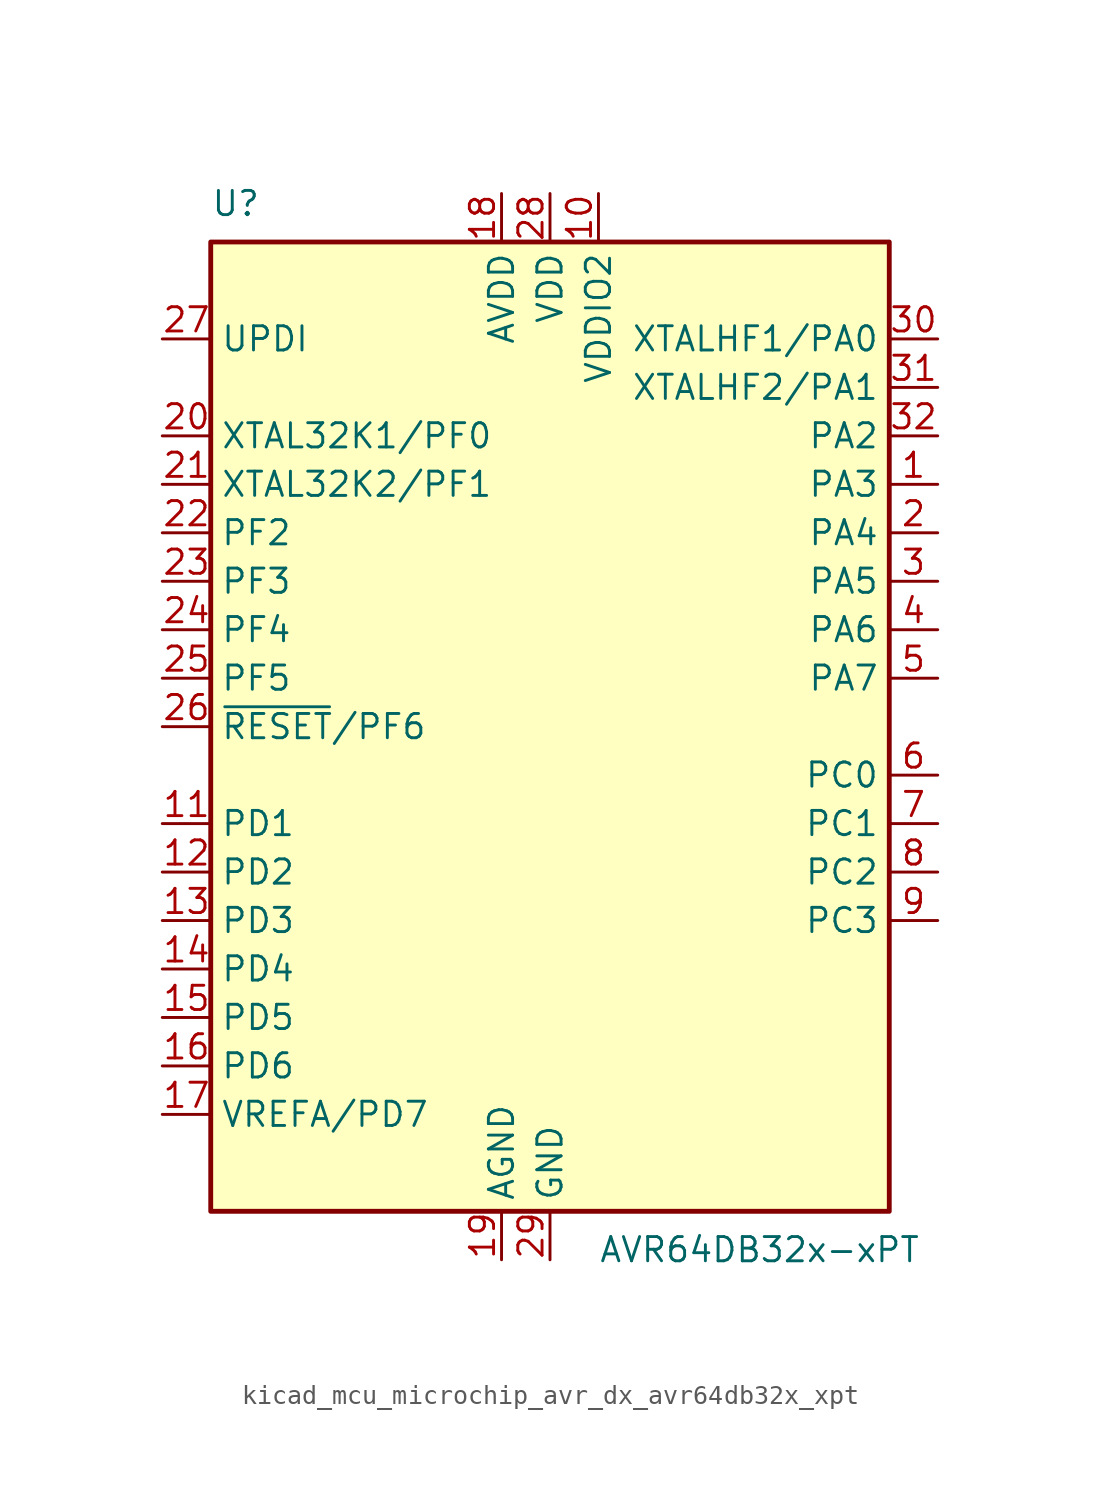
<source format=kicad_sym>
(kicad_symbol_lib
  (version 20220914)
  (generator kicad_symbol_editor)
  (symbol "kicad_mcu_microchip_avr_dx_avr64db32x_xpt"
    (property "Reference" "U"
      (at -17.78 26.67 0)
      (effects (font (size 1.27 1.27)) (justify left bottom)))
    (property "Value" "AVR64DB32x-xPT"
      (at 2.54 -26.67 0)
      (effects (font (size 1.27 1.27)) (justify left top)))
    (symbol "kicad_mcu_microchip_avr_dx_avr64db32x_xpt_0_1"
      (rectangle (start -17.78 25.4) (end 17.78 -25.4) (stroke (width 0.254) (type default)) (fill (type background))))
    (symbol "kicad_mcu_microchip_avr_dx_avr64db32x_xpt_1_1"
      (pin bidirectional line (at 20.32 12.7 180) (length 2.54) (name "PA3" (effects (font (size 1.27 1.27)))) (number "1" (effects (font (size 1.27 1.27)))))
      (pin power_in line (at 2.54 27.94 270) (length 2.54) (name "VDDIO2" (effects (font (size 1.27 1.27)))) (number "10" (effects (font (size 1.27 1.27)))))
      (pin bidirectional line (at -20.32 -5.08 0) (length 2.54) (name "PD1" (effects (font (size 1.27 1.27)))) (number "11" (effects (font (size 1.27 1.27)))))
      (pin bidirectional line (at -20.32 -7.62 0) (length 2.54) (name "PD2" (effects (font (size 1.27 1.27)))) (number "12" (effects (font (size 1.27 1.27)))))
      (pin bidirectional line (at -20.32 -10.16 0) (length 2.54) (name "PD3" (effects (font (size 1.27 1.27)))) (number "13" (effects (font (size 1.27 1.27)))))
      (pin bidirectional line (at -20.32 -12.7 0) (length 2.54) (name "PD4" (effects (font (size 1.27 1.27)))) (number "14" (effects (font (size 1.27 1.27)))))
      (pin bidirectional line (at -20.32 -15.24 0) (length 2.54) (name "PD5" (effects (font (size 1.27 1.27)))) (number "15" (effects (font (size 1.27 1.27)))))
      (pin bidirectional line (at -20.32 -17.78 0) (length 2.54) (name "PD6" (effects (font (size 1.27 1.27)))) (number "16" (effects (font (size 1.27 1.27)))))
      (pin bidirectional line (at -20.32 -20.32 0) (length 2.54) (name "VREFA/PD7" (effects (font (size 1.27 1.27)))) (number "17" (effects (font (size 1.27 1.27)))))
      (pin power_in line (at -2.54 27.94 270) (length 2.54) (name "AVDD" (effects (font (size 1.27 1.27)))) (number "18" (effects (font (size 1.27 1.27)))))
      (pin power_in line (at -2.54 -27.94 90) (length 2.54) (name "AGND" (effects (font (size 1.27 1.27)))) (number "19" (effects (font (size 1.27 1.27)))))
      (pin bidirectional line (at 20.32 10.16 180) (length 2.54) (name "PA4" (effects (font (size 1.27 1.27)))) (number "2" (effects (font (size 1.27 1.27)))))
      (pin bidirectional line (at -20.32 15.24 0) (length 2.54) (name "XTAL32K1/PF0" (effects (font (size 1.27 1.27)))) (number "20" (effects (font (size 1.27 1.27)))))
      (pin bidirectional line (at -20.32 12.7 0) (length 2.54) (name "XTAL32K2/PF1" (effects (font (size 1.27 1.27)))) (number "21" (effects (font (size 1.27 1.27)))))
      (pin bidirectional line (at -20.32 10.16 0) (length 2.54) (name "PF2" (effects (font (size 1.27 1.27)))) (number "22" (effects (font (size 1.27 1.27)))))
      (pin bidirectional line (at -20.32 7.62 0) (length 2.54) (name "PF3" (effects (font (size 1.27 1.27)))) (number "23" (effects (font (size 1.27 1.27)))))
      (pin bidirectional line (at -20.32 5.08 0) (length 2.54) (name "PF4" (effects (font (size 1.27 1.27)))) (number "24" (effects (font (size 1.27 1.27)))))
      (pin bidirectional line (at -20.32 2.54 0) (length 2.54) (name "PF5" (effects (font (size 1.27 1.27)))) (number "25" (effects (font (size 1.27 1.27)))))
      (pin bidirectional line (at -20.32 0 0) (length 2.54) (name "~{RESET}/PF6" (effects (font (size 1.27 1.27)))) (number "26" (effects (font (size 1.27 1.27)))))
      (pin input line (at -20.32 20.32 0) (length 2.54) (name "UPDI" (effects (font (size 1.27 1.27)))) (number "27" (effects (font (size 1.27 1.27)))))
      (pin power_in line (at 0 27.94 270) (length 2.54) (name "VDD" (effects (font (size 1.27 1.27)))) (number "28" (effects (font (size 1.27 1.27)))))
      (pin power_in line (at 0 -27.94 90) (length 2.54) (name "GND" (effects (font (size 1.27 1.27)))) (number "29" (effects (font (size 1.27 1.27)))))
      (pin bidirectional line (at 20.32 7.62 180) (length 2.54) (name "PA5" (effects (font (size 1.27 1.27)))) (number "3" (effects (font (size 1.27 1.27)))))
      (pin bidirectional line (at 20.32 20.32 180) (length 2.54) (name "XTALHF1/PA0" (effects (font (size 1.27 1.27)))) (number "30" (effects (font (size 1.27 1.27)))))
      (pin bidirectional line (at 20.32 17.78 180) (length 2.54) (name "XTALHF2/PA1" (effects (font (size 1.27 1.27)))) (number "31" (effects (font (size 1.27 1.27)))))
      (pin bidirectional line (at 20.32 15.24 180) (length 2.54) (name "PA2" (effects (font (size 1.27 1.27)))) (number "32" (effects (font (size 1.27 1.27)))))
      (pin bidirectional line (at 20.32 5.08 180) (length 2.54) (name "PA6" (effects (font (size 1.27 1.27)))) (number "4" (effects (font (size 1.27 1.27)))))
      (pin bidirectional line (at 20.32 2.54 180) (length 2.54) (name "PA7" (effects (font (size 1.27 1.27)))) (number "5" (effects (font (size 1.27 1.27)))))
      (pin bidirectional line (at 20.32 -2.54 180) (length 2.54) (name "PC0" (effects (font (size 1.27 1.27)))) (number "6" (effects (font (size 1.27 1.27)))))
      (pin bidirectional line (at 20.32 -5.08 180) (length 2.54) (name "PC1" (effects (font (size 1.27 1.27)))) (number "7" (effects (font (size 1.27 1.27)))))
      (pin bidirectional line (at 20.32 -7.62 180) (length 2.54) (name "PC2" (effects (font (size 1.27 1.27)))) (number "8" (effects (font (size 1.27 1.27)))))
      (pin bidirectional line (at 20.32 -10.16 180) (length 2.54) (name "PC3" (effects (font (size 1.27 1.27)))) (number "9" (effects (font (size 1.27 1.27))))))))
</source>
